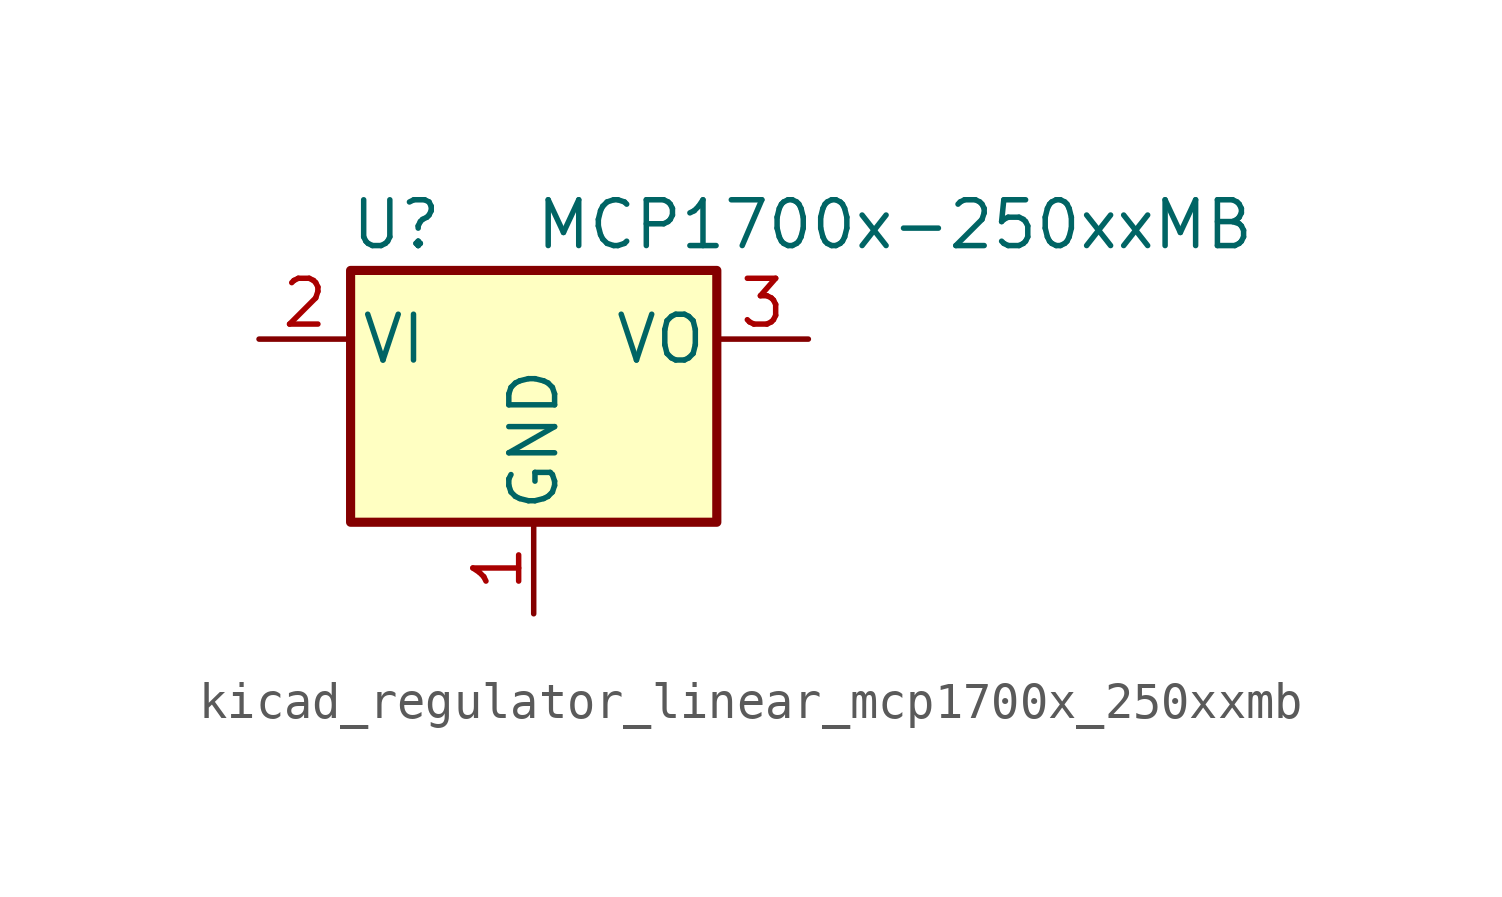
<source format=kicad_sym>
(kicad_symbol_lib
  (version 20220914)
  (generator kicad_symbol_editor)
  (symbol "kicad_regulator_linear_mcp1700x_250xxmb"
    (pin_names
      (offset 0.254))
    (property "Reference" "U"
      (at -3.81 3.175 0)
      (effects (font (size 1.27 1.27))))
    (property "Value" "MCP1700x-250xxMB"
      (at 0 3.175 0)
      (effects (font (size 1.27 1.27)) (justify left)))
    (symbol "kicad_regulator_linear_mcp1700x_250xxmb_0_1"
      (rectangle (start -5.08 -5.08) (end 5.08 1.905) (stroke (width 0.254) (type default)) (fill (type background))))
    (symbol "kicad_regulator_linear_mcp1700x_250xxmb_1_1"
      (pin power_in line (at 0 -7.62 90) (length 2.54) (name "GND" (effects (font (size 1.27 1.27)))) (number "1" (effects (font (size 1.27 1.27)))))
      (pin power_in line (at -7.62 0 0) (length 2.54) (name "VI" (effects (font (size 1.27 1.27)))) (number "2" (effects (font (size 1.27 1.27)))))
      (pin power_out line (at 7.62 0 180) (length 2.54) (name "VO" (effects (font (size 1.27 1.27)))) (number "3" (effects (font (size 1.27 1.27))))))))
</source>
